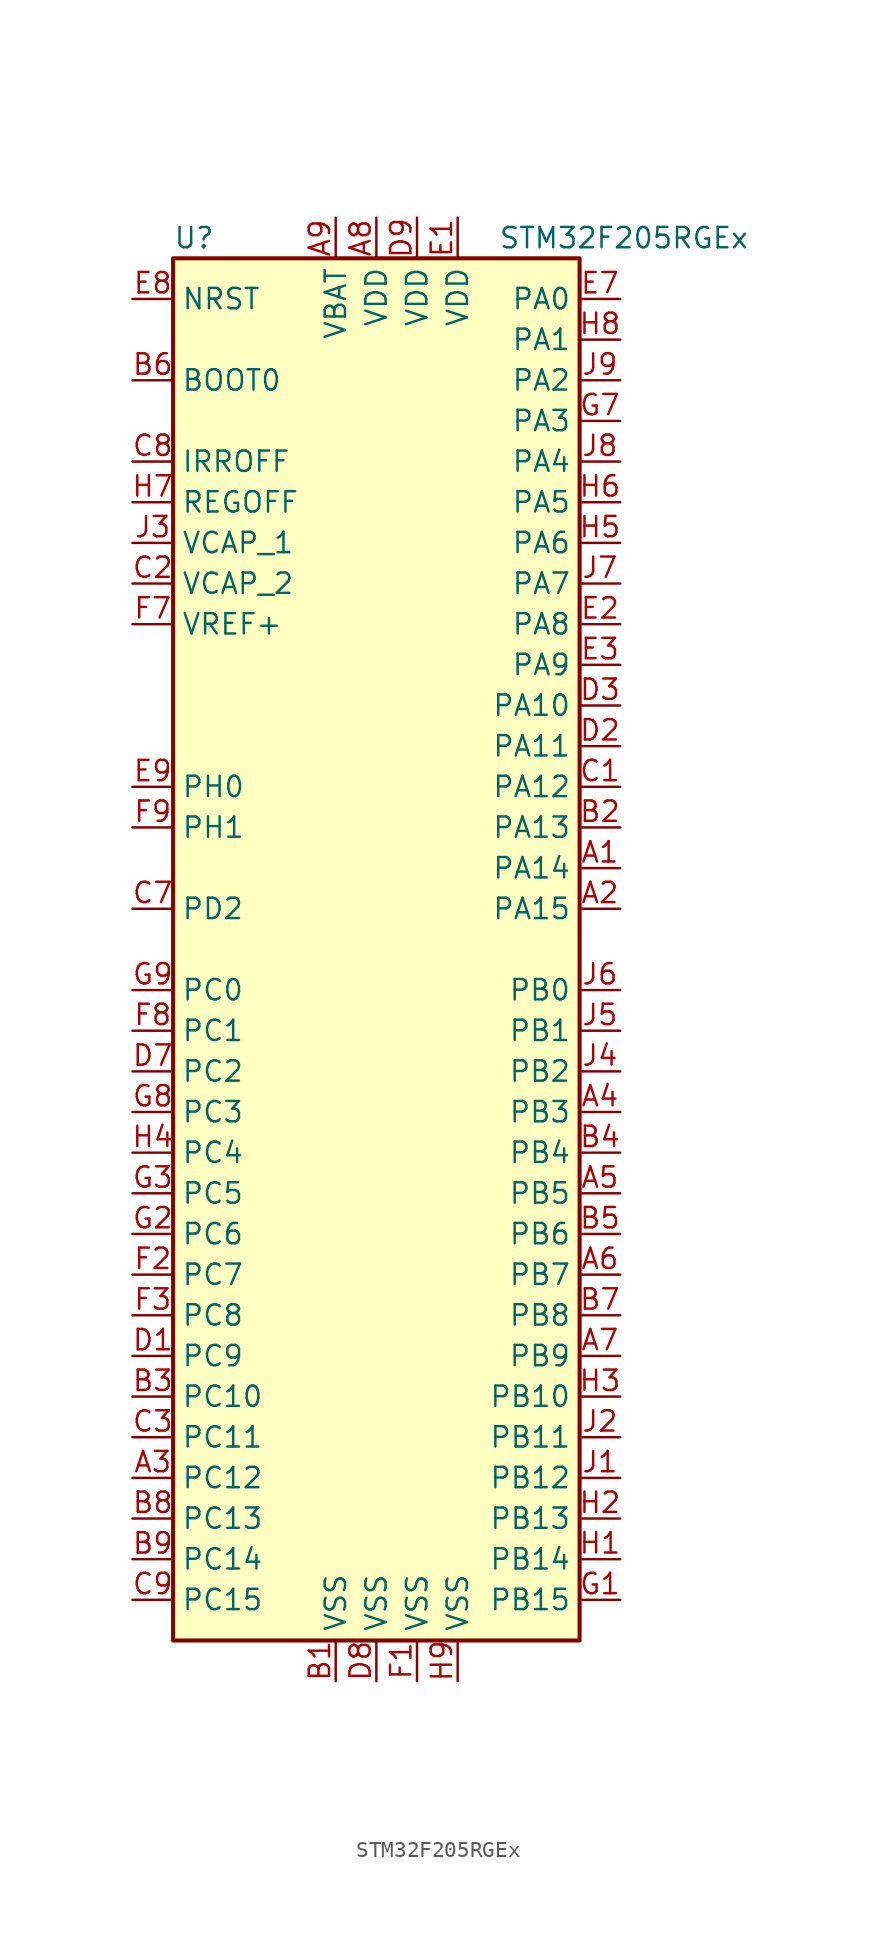
<source format=kicad_sym>
(kicad_symbol_lib
  (version 20201005)
  (generator kicad_symbol_editor)
  (symbol "STM32F205RGEx"
    (property "Reference" "U"
      (at -12.7 44.45 0)
      (effects (font (size 1.27 1.27)) (justify left)))
    (property "Value" "STM32F205RGEx"
      (at 7.62 44.45 0)
      (effects (font (size 1.27 1.27)) (justify left)))
    (symbol "STM32F205RGEx_0_1"
      (rectangle (start -12.7 -43.18) (end 12.7 43.18) (stroke (width 0.254)) (fill (type background))))
    (symbol "STM32F205RGEx_1_1"
      (pin input line (at -15.24 35.56 0) (length 2.54) (name "BOOT0" (effects (font (size 1.27 1.27)))) (number "B6" (effects (font (size 1.27 1.27)))))
      (pin power_in line (at -15.24 30.48 0) (length 2.54) (name "IRROFF" (effects (font (size 1.27 1.27)))) (number "C8" (effects (font (size 1.27 1.27)))))
      (pin input line (at -15.24 40.64 0) (length 2.54) (name "NRST" (effects (font (size 1.27 1.27)))) (number "E8" (effects (font (size 1.27 1.27)))))
      (pin bidirectional line (at 15.24 40.64 180) (length 2.54) (name "PA0" (effects (font (size 1.27 1.27)))) (number "E7" (effects (font (size 1.27 1.27)))))
      (pin bidirectional line (at 15.24 38.1 180) (length 2.54) (name "PA1" (effects (font (size 1.27 1.27)))) (number "H8" (effects (font (size 1.27 1.27)))))
      (pin bidirectional line (at 15.24 15.24 180) (length 2.54) (name "PA10" (effects (font (size 1.27 1.27)))) (number "D3" (effects (font (size 1.27 1.27)))))
      (pin bidirectional line (at 15.24 12.7 180) (length 2.54) (name "PA11" (effects (font (size 1.27 1.27)))) (number "D2" (effects (font (size 1.27 1.27)))))
      (pin bidirectional line (at 15.24 10.16 180) (length 2.54) (name "PA12" (effects (font (size 1.27 1.27)))) (number "C1" (effects (font (size 1.27 1.27)))))
      (pin bidirectional line (at 15.24 7.62 180) (length 2.54) (name "PA13" (effects (font (size 1.27 1.27)))) (number "B2" (effects (font (size 1.27 1.27)))))
      (pin bidirectional line (at 15.24 5.08 180) (length 2.54) (name "PA14" (effects (font (size 1.27 1.27)))) (number "A1" (effects (font (size 1.27 1.27)))))
      (pin bidirectional line (at 15.24 2.54 180) (length 2.54) (name "PA15" (effects (font (size 1.27 1.27)))) (number "A2" (effects (font (size 1.27 1.27)))))
      (pin bidirectional line (at 15.24 35.56 180) (length 2.54) (name "PA2" (effects (font (size 1.27 1.27)))) (number "J9" (effects (font (size 1.27 1.27)))))
      (pin bidirectional line (at 15.24 33.02 180) (length 2.54) (name "PA3" (effects (font (size 1.27 1.27)))) (number "G7" (effects (font (size 1.27 1.27)))))
      (pin bidirectional line (at 15.24 30.48 180) (length 2.54) (name "PA4" (effects (font (size 1.27 1.27)))) (number "J8" (effects (font (size 1.27 1.27)))))
      (pin bidirectional line (at 15.24 27.94 180) (length 2.54) (name "PA5" (effects (font (size 1.27 1.27)))) (number "H6" (effects (font (size 1.27 1.27)))))
      (pin bidirectional line (at 15.24 25.4 180) (length 2.54) (name "PA6" (effects (font (size 1.27 1.27)))) (number "H5" (effects (font (size 1.27 1.27)))))
      (pin bidirectional line (at 15.24 22.86 180) (length 2.54) (name "PA7" (effects (font (size 1.27 1.27)))) (number "J7" (effects (font (size 1.27 1.27)))))
      (pin bidirectional line (at 15.24 20.32 180) (length 2.54) (name "PA8" (effects (font (size 1.27 1.27)))) (number "E2" (effects (font (size 1.27 1.27)))))
      (pin bidirectional line (at 15.24 17.78 180) (length 2.54) (name "PA9" (effects (font (size 1.27 1.27)))) (number "E3" (effects (font (size 1.27 1.27)))))
      (pin bidirectional line (at 15.24 -2.54 180) (length 2.54) (name "PB0" (effects (font (size 1.27 1.27)))) (number "J6" (effects (font (size 1.27 1.27)))))
      (pin bidirectional line (at 15.24 -5.08 180) (length 2.54) (name "PB1" (effects (font (size 1.27 1.27)))) (number "J5" (effects (font (size 1.27 1.27)))))
      (pin bidirectional line (at 15.24 -27.94 180) (length 2.54) (name "PB10" (effects (font (size 1.27 1.27)))) (number "H3" (effects (font (size 1.27 1.27)))))
      (pin bidirectional line (at 15.24 -30.48 180) (length 2.54) (name "PB11" (effects (font (size 1.27 1.27)))) (number "J2" (effects (font (size 1.27 1.27)))))
      (pin bidirectional line (at 15.24 -33.02 180) (length 2.54) (name "PB12" (effects (font (size 1.27 1.27)))) (number "J1" (effects (font (size 1.27 1.27)))))
      (pin bidirectional line (at 15.24 -35.56 180) (length 2.54) (name "PB13" (effects (font (size 1.27 1.27)))) (number "H2" (effects (font (size 1.27 1.27)))))
      (pin bidirectional line (at 15.24 -38.1 180) (length 2.54) (name "PB14" (effects (font (size 1.27 1.27)))) (number "H1" (effects (font (size 1.27 1.27)))))
      (pin bidirectional line (at 15.24 -40.64 180) (length 2.54) (name "PB15" (effects (font (size 1.27 1.27)))) (number "G1" (effects (font (size 1.27 1.27)))))
      (pin bidirectional line (at 15.24 -7.62 180) (length 2.54) (name "PB2" (effects (font (size 1.27 1.27)))) (number "J4" (effects (font (size 1.27 1.27)))))
      (pin bidirectional line (at 15.24 -10.16 180) (length 2.54) (name "PB3" (effects (font (size 1.27 1.27)))) (number "A4" (effects (font (size 1.27 1.27)))))
      (pin bidirectional line (at 15.24 -12.7 180) (length 2.54) (name "PB4" (effects (font (size 1.27 1.27)))) (number "B4" (effects (font (size 1.27 1.27)))))
      (pin bidirectional line (at 15.24 -15.24 180) (length 2.54) (name "PB5" (effects (font (size 1.27 1.27)))) (number "A5" (effects (font (size 1.27 1.27)))))
      (pin bidirectional line (at 15.24 -17.78 180) (length 2.54) (name "PB6" (effects (font (size 1.27 1.27)))) (number "B5" (effects (font (size 1.27 1.27)))))
      (pin bidirectional line (at 15.24 -20.32 180) (length 2.54) (name "PB7" (effects (font (size 1.27 1.27)))) (number "A6" (effects (font (size 1.27 1.27)))))
      (pin bidirectional line (at 15.24 -22.86 180) (length 2.54) (name "PB8" (effects (font (size 1.27 1.27)))) (number "B7" (effects (font (size 1.27 1.27)))))
      (pin bidirectional line (at 15.24 -25.4 180) (length 2.54) (name "PB9" (effects (font (size 1.27 1.27)))) (number "A7" (effects (font (size 1.27 1.27)))))
      (pin bidirectional line (at -15.24 -2.54 0) (length 2.54) (name "PC0" (effects (font (size 1.27 1.27)))) (number "G9" (effects (font (size 1.27 1.27)))))
      (pin bidirectional line (at -15.24 -5.08 0) (length 2.54) (name "PC1" (effects (font (size 1.27 1.27)))) (number "F8" (effects (font (size 1.27 1.27)))))
      (pin bidirectional line (at -15.24 -27.94 0) (length 2.54) (name "PC10" (effects (font (size 1.27 1.27)))) (number "B3" (effects (font (size 1.27 1.27)))))
      (pin bidirectional line (at -15.24 -30.48 0) (length 2.54) (name "PC11" (effects (font (size 1.27 1.27)))) (number "C3" (effects (font (size 1.27 1.27)))))
      (pin bidirectional line (at -15.24 -33.02 0) (length 2.54) (name "PC12" (effects (font (size 1.27 1.27)))) (number "A3" (effects (font (size 1.27 1.27)))))
      (pin bidirectional line (at -15.24 -35.56 0) (length 2.54) (name "PC13" (effects (font (size 1.27 1.27)))) (number "B8" (effects (font (size 1.27 1.27)))))
      (pin bidirectional line (at -15.24 -38.1 0) (length 2.54) (name "PC14" (effects (font (size 1.27 1.27)))) (number "B9" (effects (font (size 1.27 1.27)))))
      (pin bidirectional line (at -15.24 -40.64 0) (length 2.54) (name "PC15" (effects (font (size 1.27 1.27)))) (number "C9" (effects (font (size 1.27 1.27)))))
      (pin bidirectional line (at -15.24 -7.62 0) (length 2.54) (name "PC2" (effects (font (size 1.27 1.27)))) (number "D7" (effects (font (size 1.27 1.27)))))
      (pin bidirectional line (at -15.24 -10.16 0) (length 2.54) (name "PC3" (effects (font (size 1.27 1.27)))) (number "G8" (effects (font (size 1.27 1.27)))))
      (pin bidirectional line (at -15.24 -12.7 0) (length 2.54) (name "PC4" (effects (font (size 1.27 1.27)))) (number "H4" (effects (font (size 1.27 1.27)))))
      (pin bidirectional line (at -15.24 -15.24 0) (length 2.54) (name "PC5" (effects (font (size 1.27 1.27)))) (number "G3" (effects (font (size 1.27 1.27)))))
      (pin bidirectional line (at -15.24 -17.78 0) (length 2.54) (name "PC6" (effects (font (size 1.27 1.27)))) (number "G2" (effects (font (size 1.27 1.27)))))
      (pin bidirectional line (at -15.24 -20.32 0) (length 2.54) (name "PC7" (effects (font (size 1.27 1.27)))) (number "F2" (effects (font (size 1.27 1.27)))))
      (pin bidirectional line (at -15.24 -22.86 0) (length 2.54) (name "PC8" (effects (font (size 1.27 1.27)))) (number "F3" (effects (font (size 1.27 1.27)))))
      (pin bidirectional line (at -15.24 -25.4 0) (length 2.54) (name "PC9" (effects (font (size 1.27 1.27)))) (number "D1" (effects (font (size 1.27 1.27)))))
      (pin bidirectional line (at -15.24 2.54 0) (length 2.54) (name "PD2" (effects (font (size 1.27 1.27)))) (number "C7" (effects (font (size 1.27 1.27)))))
      (pin input line (at -15.24 10.16 0) (length 2.54) (name "PH0" (effects (font (size 1.27 1.27)))) (number "E9" (effects (font (size 1.27 1.27)))))
      (pin input line (at -15.24 7.62 0) (length 2.54) (name "PH1" (effects (font (size 1.27 1.27)))) (number "F9" (effects (font (size 1.27 1.27)))))
      (pin power_in line (at -15.24 27.94 0) (length 2.54) (name "REGOFF" (effects (font (size 1.27 1.27)))) (number "H7" (effects (font (size 1.27 1.27)))))
      (pin power_in line (at -2.54 45.72 270) (length 2.54) (name "VBAT" (effects (font (size 1.27 1.27)))) (number "A9" (effects (font (size 1.27 1.27)))))
      (pin power_in line (at -15.24 25.4 0) (length 2.54) (name "VCAP_1" (effects (font (size 1.27 1.27)))) (number "J3" (effects (font (size 1.27 1.27)))))
      (pin power_in line (at -15.24 22.86 0) (length 2.54) (name "VCAP_2" (effects (font (size 1.27 1.27)))) (number "C2" (effects (font (size 1.27 1.27)))))
      (pin power_in line (at 0 45.72 270) (length 2.54) (name "VDD" (effects (font (size 1.27 1.27)))) (number "A8" (effects (font (size 1.27 1.27)))))
      (pin power_in line (at 2.54 45.72 270) (length 2.54) (name "VDD" (effects (font (size 1.27 1.27)))) (number "D9" (effects (font (size 1.27 1.27)))))
      (pin power_in line (at 5.08 45.72 270) (length 2.54) (name "VDD" (effects (font (size 1.27 1.27)))) (number "E1" (effects (font (size 1.27 1.27)))))
      (pin power_in line (at -15.24 20.32 0) (length 2.54) (name "VREF+" (effects (font (size 1.27 1.27)))) (number "F7" (effects (font (size 1.27 1.27)))))
      (pin power_in line (at -2.54 -45.72 90) (length 2.54) (name "VSS" (effects (font (size 1.27 1.27)))) (number "B1" (effects (font (size 1.27 1.27)))))
      (pin power_in line (at 0 -45.72 90) (length 2.54) (name "VSS" (effects (font (size 1.27 1.27)))) (number "D8" (effects (font (size 1.27 1.27)))))
      (pin power_in line (at 2.54 -45.72 90) (length 2.54) (name "VSS" (effects (font (size 1.27 1.27)))) (number "F1" (effects (font (size 1.27 1.27)))))
      (pin power_in line (at 5.08 -45.72 90) (length 2.54) (name "VSS" (effects (font (size 1.27 1.27)))) (number "H9" (effects (font (size 1.27 1.27))))))))
</source>
